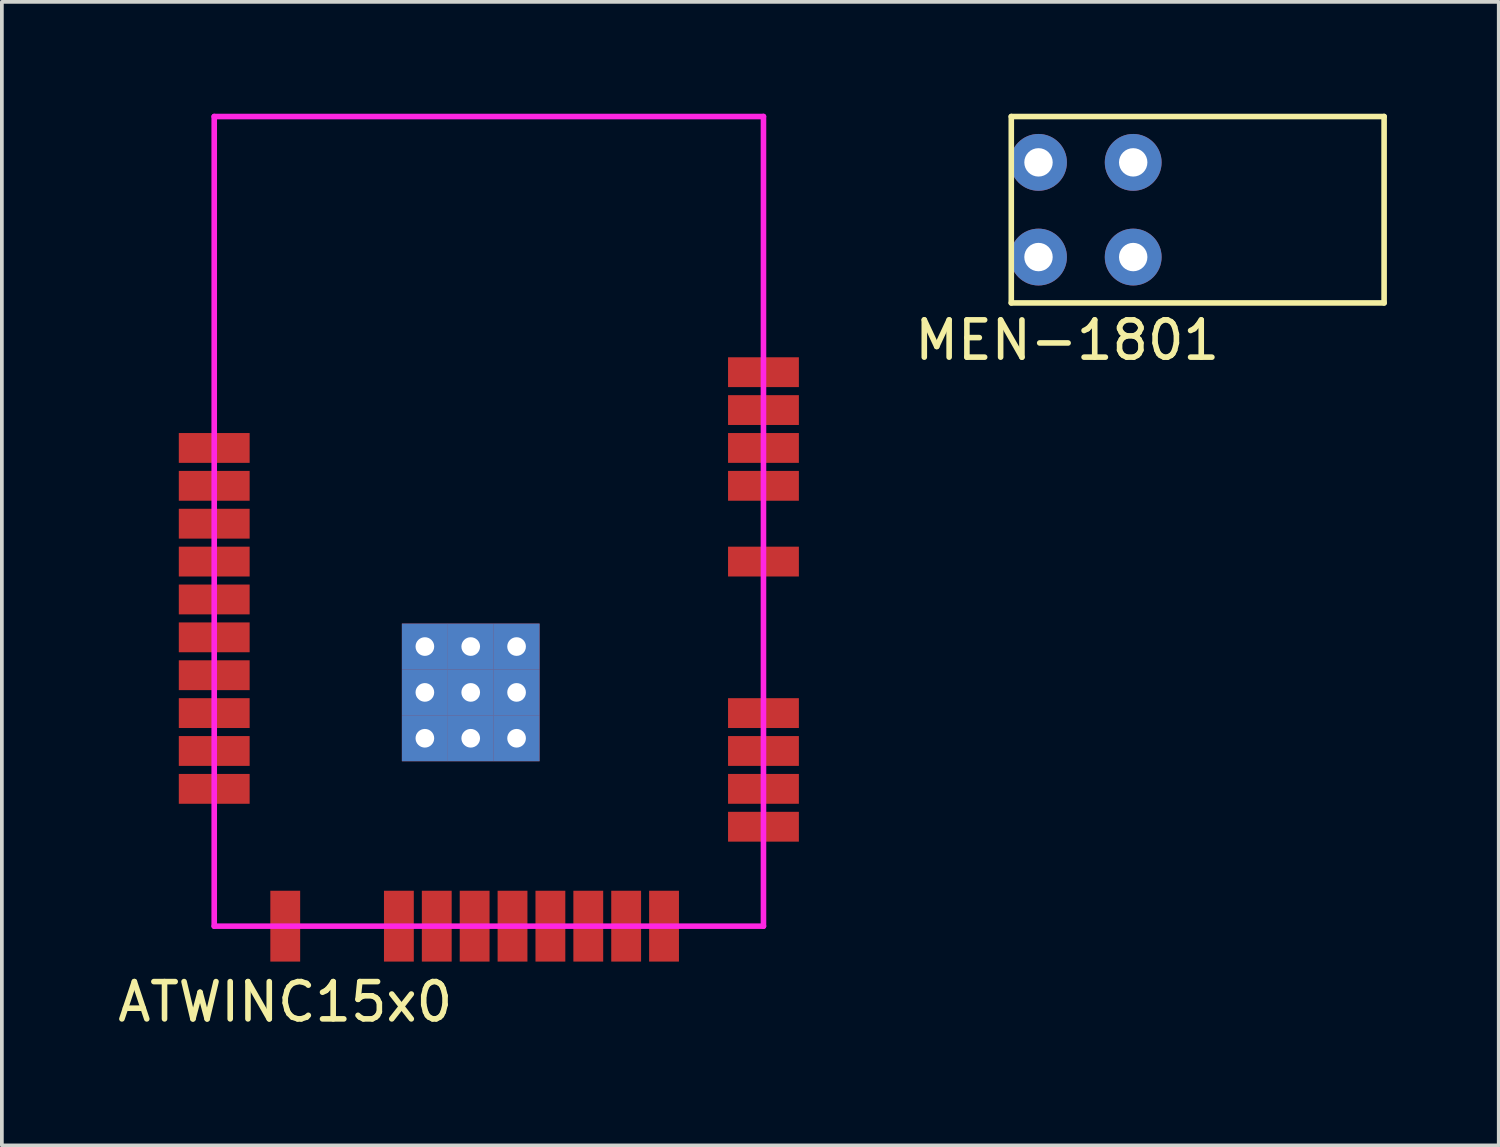
<source format=kicad_pcb>
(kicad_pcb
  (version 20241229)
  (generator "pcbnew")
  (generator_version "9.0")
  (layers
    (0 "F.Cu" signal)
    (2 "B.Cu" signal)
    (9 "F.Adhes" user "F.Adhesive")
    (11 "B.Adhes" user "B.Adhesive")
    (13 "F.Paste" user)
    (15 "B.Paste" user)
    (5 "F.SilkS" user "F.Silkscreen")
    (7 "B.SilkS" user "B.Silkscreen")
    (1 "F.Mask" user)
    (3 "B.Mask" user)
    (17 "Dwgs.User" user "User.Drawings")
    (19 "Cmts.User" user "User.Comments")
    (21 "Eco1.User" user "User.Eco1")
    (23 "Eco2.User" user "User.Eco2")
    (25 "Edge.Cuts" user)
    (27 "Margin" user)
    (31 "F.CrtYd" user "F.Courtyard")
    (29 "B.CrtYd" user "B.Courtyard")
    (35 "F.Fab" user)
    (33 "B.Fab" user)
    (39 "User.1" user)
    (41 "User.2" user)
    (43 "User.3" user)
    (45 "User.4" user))
  (footprint "ATWINC15x0"
    (layer "F.Cu")
    (at 10.062 12.013)
    (property "Reference" "ATWINC15x0" (at -5.461 11.811 0) (layer "F.SilkS") (effects (font (size 1 1) (thickness 0.15))))
    (attr through_hole)
    (fp_line (start -7.366 -11.938) (end 7.366 -11.938) (stroke (width 0.15) (type solid)) (layer "F.CrtYd"))
    (fp_line (start -7.366 9.779) (end -7.366 -11.938) (stroke (width 0.15) (type solid)) (layer "F.CrtYd"))
    (fp_line (start -7.366 9.779) (end 7.366 9.779) (stroke (width 0.15) (type solid)) (layer "F.CrtYd"))
    (fp_line (start 7.366 -11.938) (end 7.366 9.779) (stroke (width 0.15) (type solid)) (layer "F.CrtYd"))
    (pad "1" smd rect (at 7.366 7.112) (size 1.9 0.8) (layers "F.Cu" "F.Mask" "F.Paste"))
    (pad "2" smd rect (at 7.366 6.096) (size 1.9 0.8) (layers "F.Cu" "F.Mask" "F.Paste"))
    (pad "3" smd rect (at 7.366 5.08) (size 1.9 0.8) (layers "F.Cu" "F.Mask" "F.Paste"))
    (pad "4" smd rect (at 7.366 4.064) (size 1.9 0.8) (layers "F.Cu" "F.Mask" "F.Paste"))
    (pad "5" smd rect (at 7.366 0) (size 1.9 0.8) (layers "F.Cu" "F.Mask" "F.Paste"))
    (pad "6" smd rect (at 7.366 -2.032) (size 1.9 0.8) (layers "F.Cu" "F.Mask" "F.Paste"))
    (pad "7" smd rect (at 7.366 -3.048) (size 1.9 0.8) (layers "F.Cu" "F.Mask" "F.Paste"))
    (pad "8" smd rect (at 7.366 -4.064) (size 1.9 0.8) (layers "F.Cu" "F.Mask" "F.Paste"))
    (pad "9" smd rect (at 7.366 -5.08) (size 1.9 0.8) (layers "F.Cu" "F.Mask" "F.Paste"))
    (pad "10" smd rect (at -7.366 -3.048) (size 1.9 0.8) (layers "F.Cu" "F.Mask" "F.Paste"))
    (pad "11" smd rect (at -7.366 -2.032) (size 1.9 0.8) (layers "F.Cu" "F.Mask" "F.Paste"))
    (pad "12" smd rect (at -7.366 -1.016) (size 1.9 0.8) (layers "F.Cu" "F.Mask" "F.Paste"))
    (pad "13" smd rect (at -7.366 0) (size 1.9 0.8) (layers "F.Cu" "F.Mask" "F.Paste"))
    (pad "14" smd rect (at -7.366 1.016) (size 1.9 0.8) (layers "F.Cu" "F.Mask" "F.Paste"))
    (pad "15" smd rect (at -7.366 2.032) (size 1.9 0.8) (layers "F.Cu" "F.Mask" "F.Paste"))
    (pad "16" smd rect (at -7.366 3.048) (size 1.9 0.8) (layers "F.Cu" "F.Mask" "F.Paste"))
    (pad "17" smd rect (at -7.366 4.064) (size 1.9 0.8) (layers "F.Cu" "F.Mask" "F.Paste"))
    (pad "18" smd rect (at -7.366 5.08) (size 1.9 0.8) (layers "F.Cu" "F.Mask" "F.Paste"))
    (pad "19" smd rect (at -7.366 6.096) (size 1.9 0.8) (layers "F.Cu" "F.Mask" "F.Paste"))
    (pad "20" smd rect (at -5.461 9.779 90) (size 1.9 0.8) (layers "F.Cu" "F.Mask" "F.Paste"))
    (pad "21" smd rect (at -2.413 9.779 90) (size 1.9 0.8) (layers "F.Cu" "F.Mask" "F.Paste"))
    (pad "22" smd rect (at -1.397 9.779 90) (size 1.9 0.8) (layers "F.Cu" "F.Mask" "F.Paste"))
    (pad "23" smd rect (at -0.381 9.779 270) (size 1.9 0.8) (layers "F.Cu" "F.Mask" "F.Paste"))
    (pad "24" smd rect (at 0.635 9.779 90) (size 1.9 0.8) (layers "F.Cu" "F.Mask" "F.Paste"))
    (pad "25" smd rect (at 1.651 9.779 90) (size 1.9 0.8) (layers "F.Cu" "F.Mask" "F.Paste"))
    (pad "26" smd rect (at 2.667 9.779 90) (size 1.9 0.8) (layers "F.Cu" "F.Mask" "F.Paste"))
    (pad "27" smd rect (at 3.683 9.779 90) (size 1.9 0.8) (layers "F.Cu" "F.Mask" "F.Paste"))
    (pad "28" smd rect (at 4.699 9.779 90) (size 1.9 0.8) (layers "F.Cu" "F.Mask" "F.Paste"))
    (pad "29" thru_hole rect (at -1.716 2.279) (size 1.233 1.233) (drill 0.5) (layers "*.Cu" "*.Mask" "F.Paste"))
    (pad "29" thru_hole rect (at -1.716 3.509) (size 1.233 1.233) (drill 0.5) (layers "*.Cu" "*.Mask" "F.Paste"))
    (pad "29" thru_hole rect (at -1.716 4.739) (size 1.233 1.233) (drill 0.5) (layers "*.Cu" "*.Mask" "F.Paste"))
    (pad "29" thru_hole rect (at -0.486 2.279) (size 1.233 1.233) (drill 0.5) (layers "*.Cu" "*.Mask" "F.Paste"))
    (pad "29" thru_hole rect (at -0.486 3.509) (size 1.233 1.233) (drill 0.5) (layers "*.Cu" "*.Mask" "F.Paste"))
    (pad "29" thru_hole rect (at -0.486 4.739) (size 1.233 1.233) (drill 0.5) (layers "*.Cu" "*.Mask" "F.Paste"))
    (pad "29" thru_hole rect (at 0.744 2.279) (size 1.233 1.233) (drill 0.5) (layers "*.Cu" "*.Mask" "F.Paste"))
    (pad "29" thru_hole rect (at 0.744 3.509) (size 1.233 1.233) (drill 0.5) (layers "*.Cu" "*.Mask" "F.Paste"))
    (pad "29" thru_hole rect (at 0.744 4.739) (size 1.233 1.233) (drill 0.5) (layers "*.Cu" "*.Mask" "F.Paste")))
  (footprint "MEN-1801"
    (layer "F.Cu")
    (at 26.075 2.575)
    (property "Reference" "MEN-1801" (at -0.5 3.5 0) (layer "F.SilkS") (effects (font (size 1 1) (thickness 0.15))))
    (attr through_hole)
    (fp_line (start -2 -2.5) (end -2 2.5) (stroke (width 0.15) (type solid)) (layer "F.SilkS"))
    (fp_line (start -2 2.5) (end 8 2.5) (stroke (width 0.15) (type solid)) (layer "F.SilkS"))
    (fp_line (start 8 -2.5) (end -2 -2.5) (stroke (width 0.15) (type solid)) (layer "F.SilkS"))
    (fp_line (start 8 2.5) (end 8 -2.5) (stroke (width 0.15) (type solid)) (layer "F.SilkS"))
    (pad "1" thru_hole circle (at 1.27 -1.27) (size 1.524 1.524) (drill 0.762) (layers "*.Cu" "*.Mask"))
    (pad "2" thru_hole circle (at -1.27 -1.27) (size 1.524 1.524) (drill 0.762) (layers "*.Cu" "*.Mask"))
    (pad "3" thru_hole circle (at 1.27 1.27) (size 1.524 1.524) (drill 0.762) (layers "*.Cu" "*.Mask"))
    (pad "4" thru_hole circle (at -1.27 1.27) (size 1.524 1.524) (drill 0.762) (layers "*.Cu" "*.Mask")))
  (gr_rect
    (start -3 -3)
    (end 37.15 27.672)
    (stroke (width 0.1) (type default))
    (fill no)
    (layer "Edge.Cuts")))
</source>
